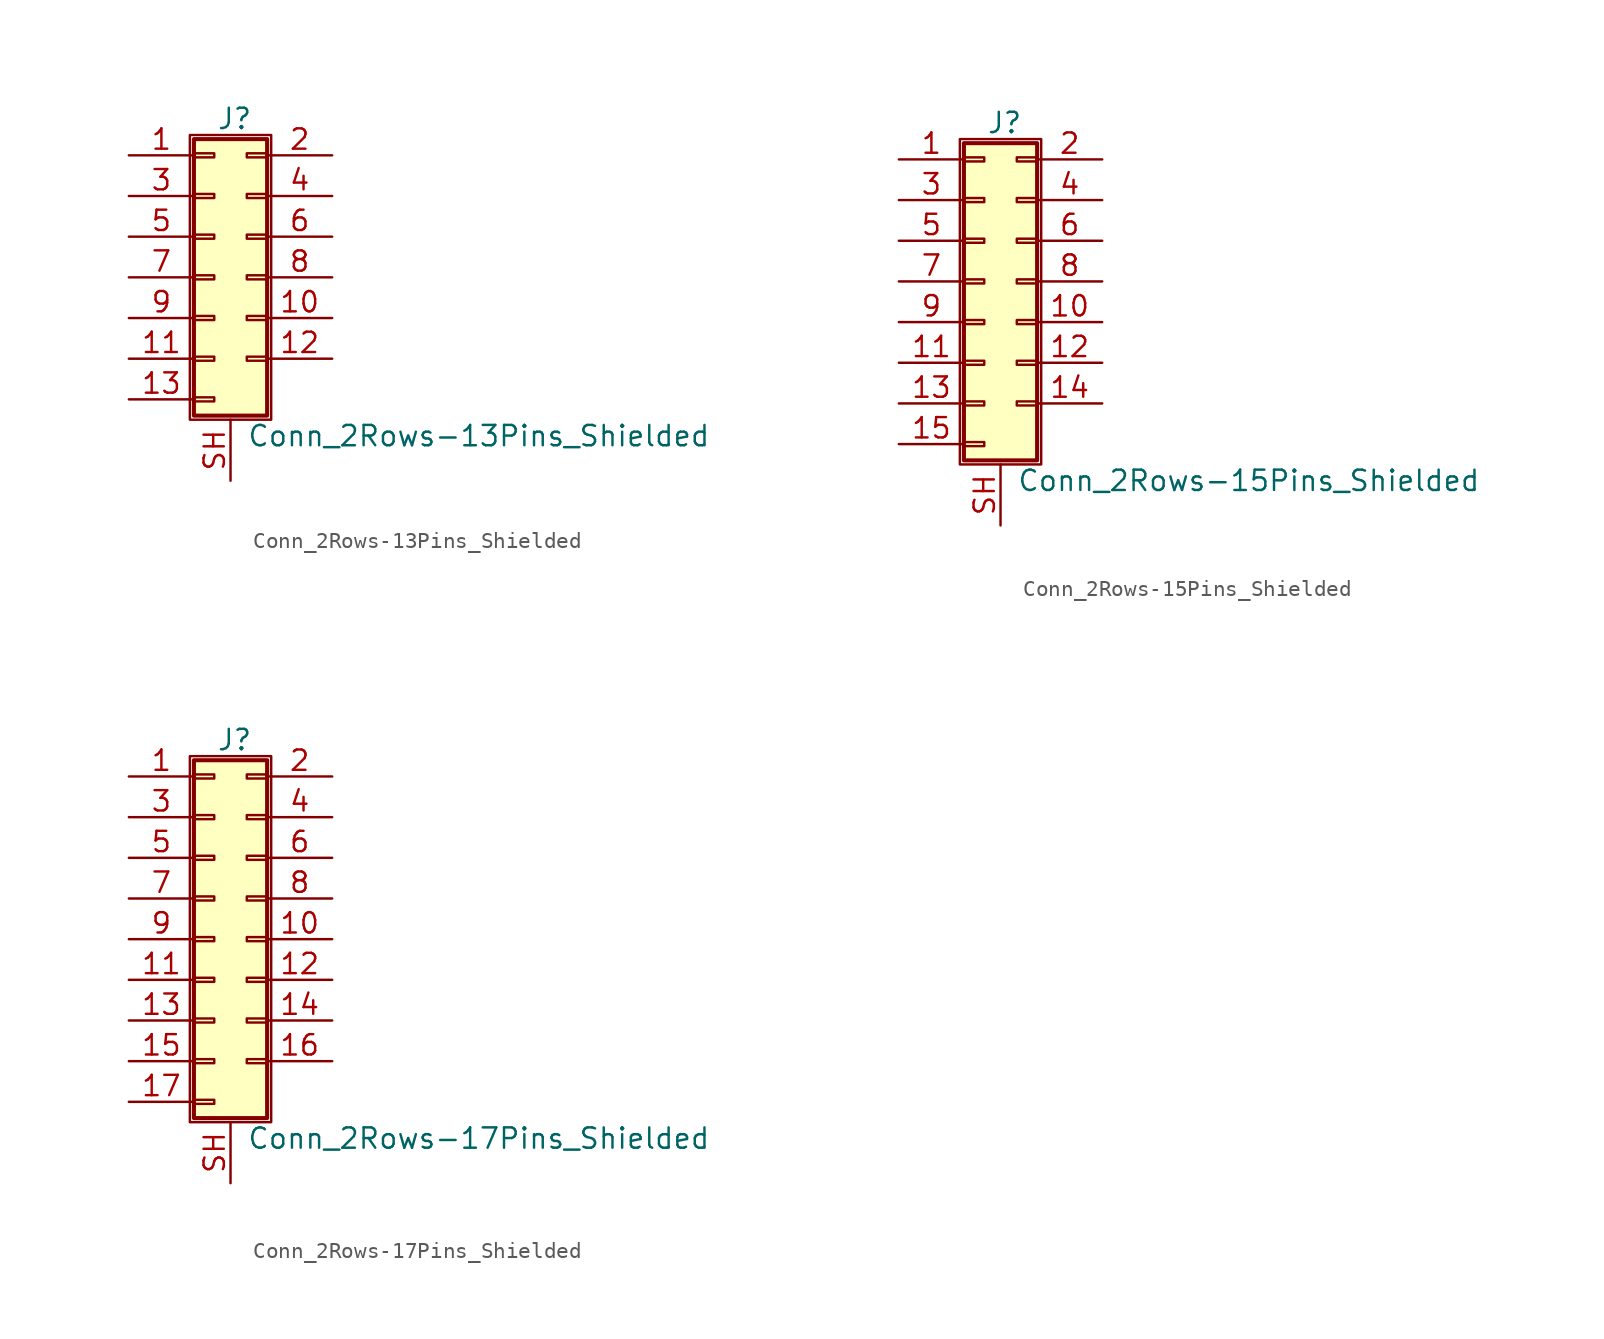
<source format=kicad_sym>
(kicad_symbol_lib
  (version 20200908)
  (generator kicad_symbol_editor)
  (symbol "Connector_Generic_Shielded:Conn_2Rows-13Pins_Shielded"
    (pin_names
      (offset 1.016) hide)
    (property "Reference" "J"
      (at 1.524 9.906 0)
      (effects (font (size 1.27 1.27))))
    (property "Value" "Conn_2Rows-13Pins_Shielded"
      (at 2.286 -9.906 0)
      (effects (font (size 1.27 1.27)) (justify left)))
    (symbol "Conn_2Rows-13Pins_Shielded_1_1"
      (rectangle (start -1.016 -4.953) (end 0.254 -5.207) (stroke (width 0.152)) (fill (type none)))
      (rectangle (start -1.016 -7.493) (end 0.254 -7.747) (stroke (width 0.152)) (fill (type none)))
      (rectangle (start -1.016 -2.413) (end 0.254 -2.667) (stroke (width 0.152)) (fill (type none)))
      (rectangle (start -1.016 2.667) (end 0.254 2.413) (stroke (width 0.152)) (fill (type none)))
      (rectangle (start -1.016 5.207) (end 0.254 4.953) (stroke (width 0.152)) (fill (type none)))
      (rectangle (start -1.016 7.747) (end 0.254 7.493) (stroke (width 0.152)) (fill (type none)))
      (rectangle (start -1.016 8.636) (end 3.556 -8.636) (stroke (width 0.254)) (fill (type background)))
      (rectangle (start -1.016 0.127) (end 0.254 -0.127) (stroke (width 0.152)) (fill (type none)))
      (rectangle (start -1.27 8.89) (end 3.81 -8.89) (stroke (width 0.152)) (fill (type none)))
      (rectangle (start 3.556 -4.953) (end 2.286 -5.207) (stroke (width 0.152)) (fill (type none)))
      (rectangle (start 3.556 -2.413) (end 2.286 -2.667) (stroke (width 0.152)) (fill (type none)))
      (rectangle (start 3.556 2.667) (end 2.286 2.413) (stroke (width 0.152)) (fill (type none)))
      (rectangle (start 3.556 5.207) (end 2.286 4.953) (stroke (width 0.152)) (fill (type none)))
      (rectangle (start 3.556 7.747) (end 2.286 7.493) (stroke (width 0.152)) (fill (type none)))
      (rectangle (start 3.556 0.127) (end 2.286 -0.127) (stroke (width 0.152)) (fill (type none)))
      (pin passive line (at -5.08 7.62 0) (length 4.064) (name "Pin_1" (effects (font (size 1.27 1.27)))) (number "1" (effects (font (size 1.27 1.27)))))
      (pin passive line (at 7.62 -2.54 180) (length 4.064) (name "Pin_10" (effects (font (size 1.27 1.27)))) (number "10" (effects (font (size 1.27 1.27)))))
      (pin passive line (at -5.08 -5.08 0) (length 4.064) (name "Pin_11" (effects (font (size 1.27 1.27)))) (number "11" (effects (font (size 1.27 1.27)))))
      (pin passive line (at 7.62 -5.08 180) (length 4.064) (name "Pin_12" (effects (font (size 1.27 1.27)))) (number "12" (effects (font (size 1.27 1.27)))))
      (pin passive line (at -5.08 -7.62 0) (length 4.064) (name "Pin_13" (effects (font (size 1.27 1.27)))) (number "13" (effects (font (size 1.27 1.27)))))
      (pin passive line (at 7.62 7.62 180) (length 4.064) (name "Pin_2" (effects (font (size 1.27 1.27)))) (number "2" (effects (font (size 1.27 1.27)))))
      (pin passive line (at -5.08 5.08 0) (length 4.064) (name "Pin_3" (effects (font (size 1.27 1.27)))) (number "3" (effects (font (size 1.27 1.27)))))
      (pin passive line (at 7.62 5.08 180) (length 4.064) (name "Pin_4" (effects (font (size 1.27 1.27)))) (number "4" (effects (font (size 1.27 1.27)))))
      (pin passive line (at -5.08 2.54 0) (length 4.064) (name "Pin_5" (effects (font (size 1.27 1.27)))) (number "5" (effects (font (size 1.27 1.27)))))
      (pin passive line (at 7.62 2.54 180) (length 4.064) (name "Pin_6" (effects (font (size 1.27 1.27)))) (number "6" (effects (font (size 1.27 1.27)))))
      (pin passive line (at -5.08 0 0) (length 4.064) (name "Pin_7" (effects (font (size 1.27 1.27)))) (number "7" (effects (font (size 1.27 1.27)))))
      (pin passive line (at 7.62 0 180) (length 4.064) (name "Pin_8" (effects (font (size 1.27 1.27)))) (number "8" (effects (font (size 1.27 1.27)))))
      (pin passive line (at -5.08 -2.54 0) (length 4.064) (name "Pin_9" (effects (font (size 1.27 1.27)))) (number "9" (effects (font (size 1.27 1.27)))))
      (pin passive line (at 1.27 -12.7 90) (length 3.81) (name "Shield" (effects (font (size 1.27 1.27)))) (number "SH" (effects (font (size 1.27 1.27)))))))
  (symbol "Connector_Generic_Shielded:Conn_2Rows-15Pins_Shielded"
    (pin_names
      (offset 1.016) hide)
    (property "Reference" "J"
      (at 1.524 9.906 0)
      (effects (font (size 1.27 1.27))))
    (property "Value" "Conn_2Rows-15Pins_Shielded"
      (at 2.286 -12.446 0)
      (effects (font (size 1.27 1.27)) (justify left)))
    (symbol "Conn_2Rows-15Pins_Shielded_1_1"
      (rectangle (start -1.016 -4.953) (end 0.254 -5.207) (stroke (width 0.152)) (fill (type none)))
      (rectangle (start -1.016 -7.493) (end 0.254 -7.747) (stroke (width 0.152)) (fill (type none)))
      (rectangle (start -1.016 -10.033) (end 0.254 -10.287) (stroke (width 0.152)) (fill (type none)))
      (rectangle (start -1.016 -2.413) (end 0.254 -2.667) (stroke (width 0.152)) (fill (type none)))
      (rectangle (start -1.016 2.667) (end 0.254 2.413) (stroke (width 0.152)) (fill (type none)))
      (rectangle (start -1.016 5.207) (end 0.254 4.953) (stroke (width 0.152)) (fill (type none)))
      (rectangle (start -1.016 7.747) (end 0.254 7.493) (stroke (width 0.152)) (fill (type none)))
      (rectangle (start -1.016 8.636) (end 3.556 -11.176) (stroke (width 0.254)) (fill (type background)))
      (rectangle (start -1.016 0.127) (end 0.254 -0.127) (stroke (width 0.152)) (fill (type none)))
      (rectangle (start -1.27 8.89) (end 3.81 -11.43) (stroke (width 0.152)) (fill (type none)))
      (rectangle (start 3.556 -4.953) (end 2.286 -5.207) (stroke (width 0.152)) (fill (type none)))
      (rectangle (start 3.556 -7.493) (end 2.286 -7.747) (stroke (width 0.152)) (fill (type none)))
      (rectangle (start 3.556 -2.413) (end 2.286 -2.667) (stroke (width 0.152)) (fill (type none)))
      (rectangle (start 3.556 2.667) (end 2.286 2.413) (stroke (width 0.152)) (fill (type none)))
      (rectangle (start 3.556 5.207) (end 2.286 4.953) (stroke (width 0.152)) (fill (type none)))
      (rectangle (start 3.556 7.747) (end 2.286 7.493) (stroke (width 0.152)) (fill (type none)))
      (rectangle (start 3.556 0.127) (end 2.286 -0.127) (stroke (width 0.152)) (fill (type none)))
      (pin passive line (at -5.08 7.62 0) (length 4.064) (name "Pin_1" (effects (font (size 1.27 1.27)))) (number "1" (effects (font (size 1.27 1.27)))))
      (pin passive line (at 7.62 -2.54 180) (length 4.064) (name "Pin_10" (effects (font (size 1.27 1.27)))) (number "10" (effects (font (size 1.27 1.27)))))
      (pin passive line (at -5.08 -5.08 0) (length 4.064) (name "Pin_11" (effects (font (size 1.27 1.27)))) (number "11" (effects (font (size 1.27 1.27)))))
      (pin passive line (at 7.62 -5.08 180) (length 4.064) (name "Pin_12" (effects (font (size 1.27 1.27)))) (number "12" (effects (font (size 1.27 1.27)))))
      (pin passive line (at -5.08 -7.62 0) (length 4.064) (name "Pin_13" (effects (font (size 1.27 1.27)))) (number "13" (effects (font (size 1.27 1.27)))))
      (pin passive line (at 7.62 -7.62 180) (length 4.064) (name "Pin_14" (effects (font (size 1.27 1.27)))) (number "14" (effects (font (size 1.27 1.27)))))
      (pin passive line (at -5.08 -10.16 0) (length 4.064) (name "Pin_15" (effects (font (size 1.27 1.27)))) (number "15" (effects (font (size 1.27 1.27)))))
      (pin passive line (at 7.62 7.62 180) (length 4.064) (name "Pin_2" (effects (font (size 1.27 1.27)))) (number "2" (effects (font (size 1.27 1.27)))))
      (pin passive line (at -5.08 5.08 0) (length 4.064) (name "Pin_3" (effects (font (size 1.27 1.27)))) (number "3" (effects (font (size 1.27 1.27)))))
      (pin passive line (at 7.62 5.08 180) (length 4.064) (name "Pin_4" (effects (font (size 1.27 1.27)))) (number "4" (effects (font (size 1.27 1.27)))))
      (pin passive line (at -5.08 2.54 0) (length 4.064) (name "Pin_5" (effects (font (size 1.27 1.27)))) (number "5" (effects (font (size 1.27 1.27)))))
      (pin passive line (at 7.62 2.54 180) (length 4.064) (name "Pin_6" (effects (font (size 1.27 1.27)))) (number "6" (effects (font (size 1.27 1.27)))))
      (pin passive line (at -5.08 0 0) (length 4.064) (name "Pin_7" (effects (font (size 1.27 1.27)))) (number "7" (effects (font (size 1.27 1.27)))))
      (pin passive line (at 7.62 0 180) (length 4.064) (name "Pin_8" (effects (font (size 1.27 1.27)))) (number "8" (effects (font (size 1.27 1.27)))))
      (pin passive line (at -5.08 -2.54 0) (length 4.064) (name "Pin_9" (effects (font (size 1.27 1.27)))) (number "9" (effects (font (size 1.27 1.27)))))
      (pin passive line (at 1.27 -15.24 90) (length 3.81) (name "Shield" (effects (font (size 1.27 1.27)))) (number "SH" (effects (font (size 1.27 1.27)))))))
  (symbol "Connector_Generic_Shielded:Conn_2Rows-17Pins_Shielded"
    (pin_names
      (offset 1.016) hide)
    (property "Reference" "J"
      (at 1.524 12.446 0)
      (effects (font (size 1.27 1.27))))
    (property "Value" "Conn_2Rows-17Pins_Shielded"
      (at 2.286 -12.446 0)
      (effects (font (size 1.27 1.27)) (justify left)))
    (symbol "Conn_2Rows-17Pins_Shielded_1_1"
      (rectangle (start -1.016 -4.953) (end 0.254 -5.207) (stroke (width 0.152)) (fill (type none)))
      (rectangle (start -1.016 -7.493) (end 0.254 -7.747) (stroke (width 0.152)) (fill (type none)))
      (rectangle (start -1.016 -10.033) (end 0.254 -10.287) (stroke (width 0.152)) (fill (type none)))
      (rectangle (start -1.016 -2.413) (end 0.254 -2.667) (stroke (width 0.152)) (fill (type none)))
      (rectangle (start -1.016 2.667) (end 0.254 2.413) (stroke (width 0.152)) (fill (type none)))
      (rectangle (start -1.016 5.207) (end 0.254 4.953) (stroke (width 0.152)) (fill (type none)))
      (rectangle (start -1.016 7.747) (end 0.254 7.493) (stroke (width 0.152)) (fill (type none)))
      (rectangle (start -1.016 10.287) (end 0.254 10.033) (stroke (width 0.152)) (fill (type none)))
      (rectangle (start -1.016 11.176) (end 3.556 -11.176) (stroke (width 0.254)) (fill (type background)))
      (rectangle (start -1.016 0.127) (end 0.254 -0.127) (stroke (width 0.152)) (fill (type none)))
      (rectangle (start -1.27 11.43) (end 3.81 -11.43) (stroke (width 0.152)) (fill (type none)))
      (rectangle (start 3.556 -4.953) (end 2.286 -5.207) (stroke (width 0.152)) (fill (type none)))
      (rectangle (start 3.556 -7.493) (end 2.286 -7.747) (stroke (width 0.152)) (fill (type none)))
      (rectangle (start 3.556 -2.413) (end 2.286 -2.667) (stroke (width 0.152)) (fill (type none)))
      (rectangle (start 3.556 2.667) (end 2.286 2.413) (stroke (width 0.152)) (fill (type none)))
      (rectangle (start 3.556 5.207) (end 2.286 4.953) (stroke (width 0.152)) (fill (type none)))
      (rectangle (start 3.556 7.747) (end 2.286 7.493) (stroke (width 0.152)) (fill (type none)))
      (rectangle (start 3.556 10.287) (end 2.286 10.033) (stroke (width 0.152)) (fill (type none)))
      (rectangle (start 3.556 0.127) (end 2.286 -0.127) (stroke (width 0.152)) (fill (type none)))
      (pin passive line (at -5.08 10.16 0) (length 4.064) (name "Pin_1" (effects (font (size 1.27 1.27)))) (number "1" (effects (font (size 1.27 1.27)))))
      (pin passive line (at 7.62 0 180) (length 4.064) (name "Pin_10" (effects (font (size 1.27 1.27)))) (number "10" (effects (font (size 1.27 1.27)))))
      (pin passive line (at -5.08 -2.54 0) (length 4.064) (name "Pin_11" (effects (font (size 1.27 1.27)))) (number "11" (effects (font (size 1.27 1.27)))))
      (pin passive line (at 7.62 -2.54 180) (length 4.064) (name "Pin_12" (effects (font (size 1.27 1.27)))) (number "12" (effects (font (size 1.27 1.27)))))
      (pin passive line (at -5.08 -5.08 0) (length 4.064) (name "Pin_13" (effects (font (size 1.27 1.27)))) (number "13" (effects (font (size 1.27 1.27)))))
      (pin passive line (at 7.62 -5.08 180) (length 4.064) (name "Pin_14" (effects (font (size 1.27 1.27)))) (number "14" (effects (font (size 1.27 1.27)))))
      (pin passive line (at -5.08 -7.62 0) (length 4.064) (name "Pin_15" (effects (font (size 1.27 1.27)))) (number "15" (effects (font (size 1.27 1.27)))))
      (pin passive line (at 7.62 -7.62 180) (length 4.064) (name "Pin_16" (effects (font (size 1.27 1.27)))) (number "16" (effects (font (size 1.27 1.27)))))
      (pin passive line (at -5.08 -10.16 0) (length 4.064) (name "Pin_17" (effects (font (size 1.27 1.27)))) (number "17" (effects (font (size 1.27 1.27)))))
      (pin passive line (at 7.62 10.16 180) (length 4.064) (name "Pin_2" (effects (font (size 1.27 1.27)))) (number "2" (effects (font (size 1.27 1.27)))))
      (pin passive line (at -5.08 7.62 0) (length 4.064) (name "Pin_3" (effects (font (size 1.27 1.27)))) (number "3" (effects (font (size 1.27 1.27)))))
      (pin passive line (at 7.62 7.62 180) (length 4.064) (name "Pin_4" (effects (font (size 1.27 1.27)))) (number "4" (effects (font (size 1.27 1.27)))))
      (pin passive line (at -5.08 5.08 0) (length 4.064) (name "Pin_5" (effects (font (size 1.27 1.27)))) (number "5" (effects (font (size 1.27 1.27)))))
      (pin passive line (at 7.62 5.08 180) (length 4.064) (name "Pin_6" (effects (font (size 1.27 1.27)))) (number "6" (effects (font (size 1.27 1.27)))))
      (pin passive line (at -5.08 2.54 0) (length 4.064) (name "Pin_7" (effects (font (size 1.27 1.27)))) (number "7" (effects (font (size 1.27 1.27)))))
      (pin passive line (at 7.62 2.54 180) (length 4.064) (name "Pin_8" (effects (font (size 1.27 1.27)))) (number "8" (effects (font (size 1.27 1.27)))))
      (pin passive line (at -5.08 0 0) (length 4.064) (name "Pin_9" (effects (font (size 1.27 1.27)))) (number "9" (effects (font (size 1.27 1.27)))))
      (pin passive line (at 1.27 -15.24 90) (length 3.81) (name "Shield" (effects (font (size 1.27 1.27)))) (number "SH" (effects (font (size 1.27 1.27))))))))
</source>
